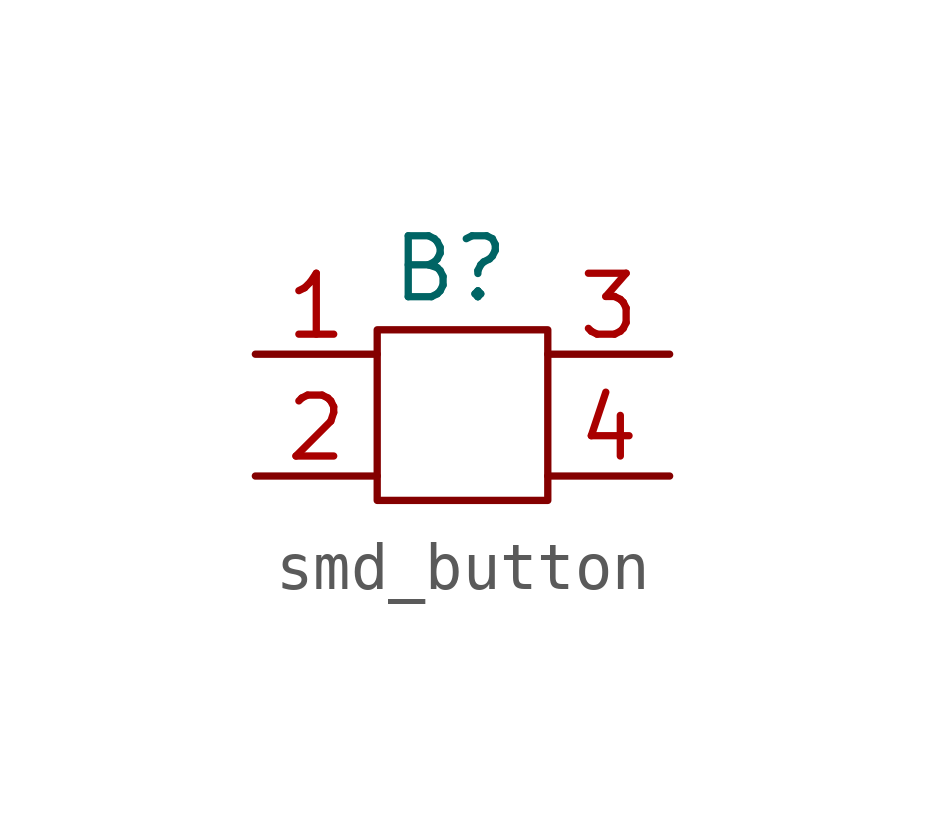
<source format=kicad_sym>
(kicad_symbol_lib
  (version 20220914)
  (generator kicad_symbol_editor)
  (symbol "smd_button"
    (property "Reference" "B"
      (at -2.032 1.27 0)
      (effects (font (size 1.27 1.27))))
    (property "Value" ""
      (at -2.032 -1.778 0)
      (effects (font (size 1.27 1.27))))
    (symbol "smd_button_0_1"
      (rectangle (start -3.556 0) (end 0 -3.556) (stroke (width 0) (type default)) (fill (type none))))
    (symbol "smd_button_1_1"
      (pin input line (at -6.096 -0.508 0) (length 2.54) (name "" (effects (font (size 1.27 1.27)))) (number "1" (effects (font (size 1.27 1.27)))))
      (pin output line (at -6.096 -3.048 0) (length 2.54) (name "" (effects (font (size 1.27 1.27)))) (number "2" (effects (font (size 1.27 1.27)))))
      (pin input line (at 2.54 -0.508 180) (length 2.54) (name "" (effects (font (size 1.27 1.27)))) (number "3" (effects (font (size 1.27 1.27)))))
      (pin output line (at 2.54 -3.048 180) (length 2.54) (name "" (effects (font (size 1.27 1.27)))) (number "4" (effects (font (size 1.27 1.27))))))))
</source>
